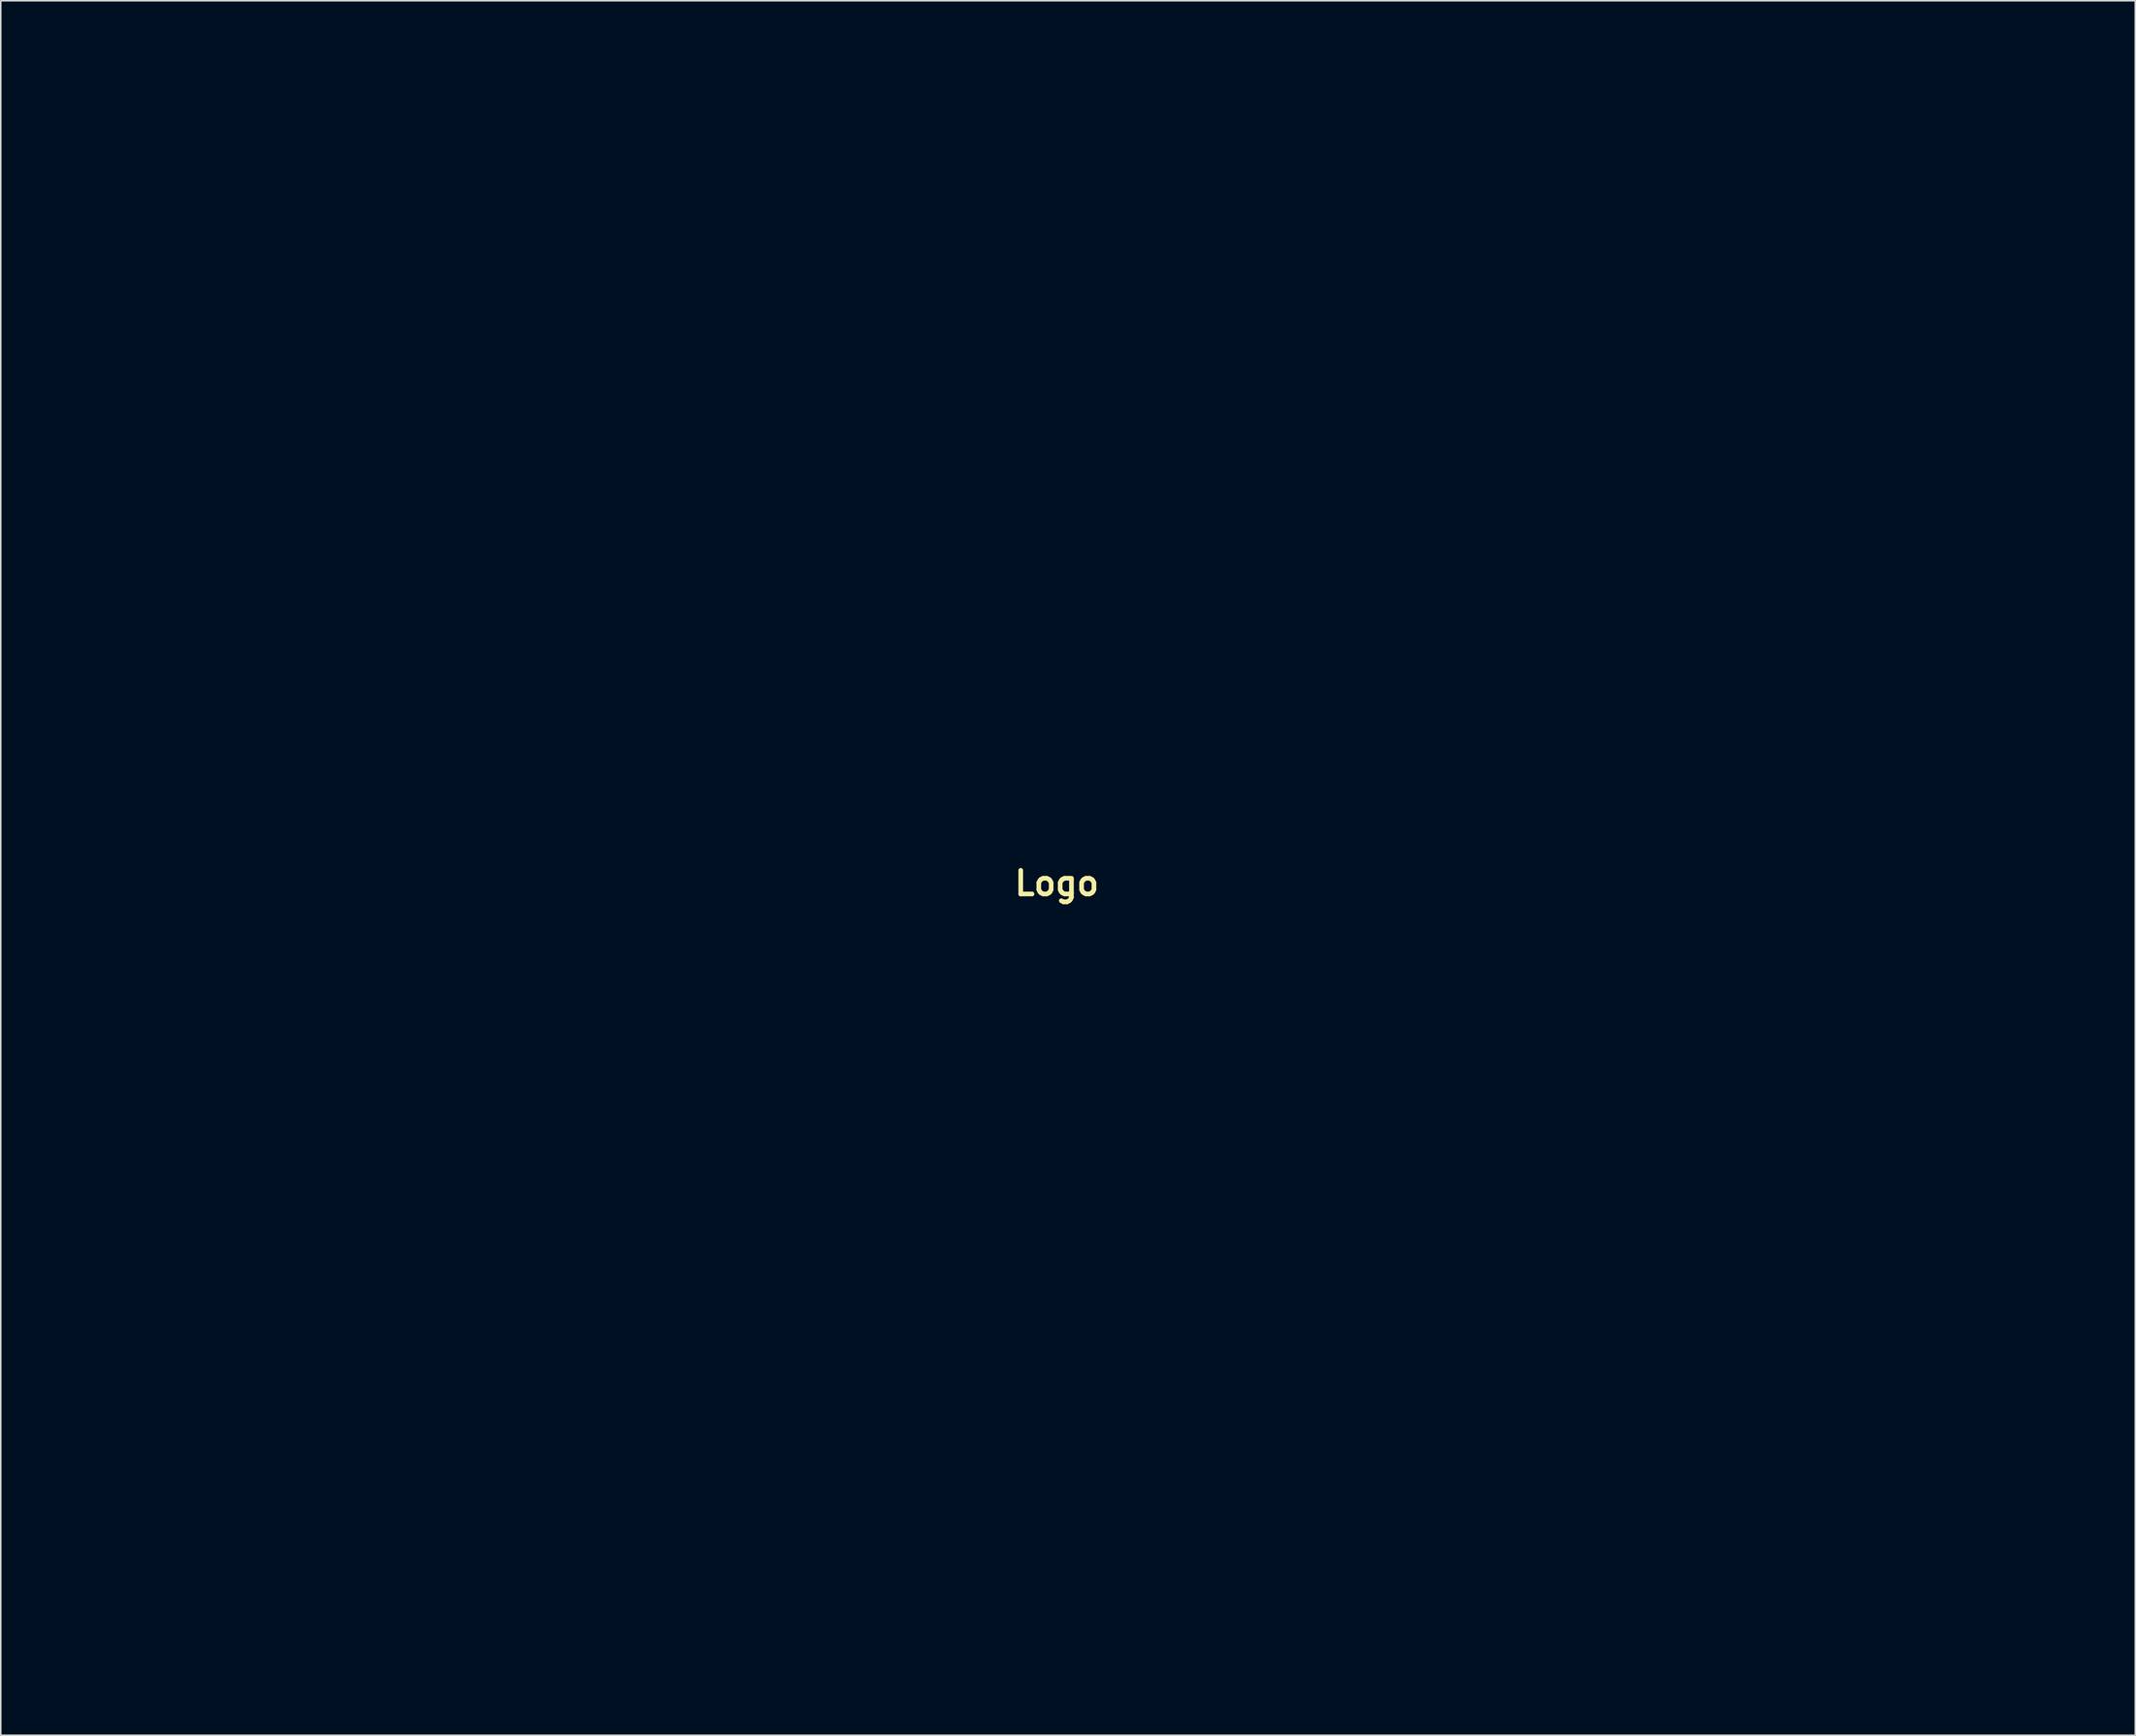
<source format=kicad_pcb>
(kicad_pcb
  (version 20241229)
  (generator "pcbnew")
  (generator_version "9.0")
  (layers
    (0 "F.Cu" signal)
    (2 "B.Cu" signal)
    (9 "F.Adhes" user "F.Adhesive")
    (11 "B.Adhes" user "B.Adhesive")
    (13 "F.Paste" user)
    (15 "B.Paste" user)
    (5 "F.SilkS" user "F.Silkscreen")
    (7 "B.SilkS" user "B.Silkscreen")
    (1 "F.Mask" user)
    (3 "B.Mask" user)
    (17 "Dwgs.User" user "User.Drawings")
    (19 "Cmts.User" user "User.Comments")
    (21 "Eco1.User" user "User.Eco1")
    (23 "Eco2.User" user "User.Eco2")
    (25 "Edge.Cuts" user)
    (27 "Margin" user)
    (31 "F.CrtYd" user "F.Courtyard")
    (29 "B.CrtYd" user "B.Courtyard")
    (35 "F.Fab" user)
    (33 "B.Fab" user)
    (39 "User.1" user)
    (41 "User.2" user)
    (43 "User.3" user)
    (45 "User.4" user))
  (footprint "Logo"
    (layer "F.Cu")
    (at 65.049 53.88)
    (property "Reference" "Logo" (at 0 0 0) (layer "F.SilkS") (effects (font (size 1.524 1.524) (thickness 0.3))))
    (attr board_only exclude_from_pos_files exclude_from_bom)
    (fp_poly (pts (xy 33.248 -42.796) (xy 39.527 -39.155) (xy 39.594 -24.215) (xy 39.661 -9.275) (xy 27.143 -2.074) (xy 24.692 -0.665) (xy 22.384 0.657) (xy 20.268 1.867) (xy 18.393 2.935) (xy 16.807 3.835) (xy 15.558 4.538) (xy 14.695 5.018) (xy 14.266 5.247) (xy 14.233 5.262) (xy 13.917 5.149) (xy 13.156 4.773) (xy 11.999 4.162) (xy 10.492 3.342) (xy 8.684 2.339) (xy 6.622 1.18) (xy 4.355 -0.11) (xy 1.93 -1.503) (xy 1.142 -1.959) (xy -11.558 -9.314) (xy -11.632 -24.169) (xy -11.706 -39.023) (xy -5.455 -42.628) (xy -3.745 -43.611) (xy -2.2 -44.491) (xy -0.888 -45.231) (xy 0.123 -45.793) (xy 0.765 -46.139) (xy 0.969 -46.234) (xy 1.002 -45.957) (xy 1.034 -45.163) (xy 1.062 -43.905) (xy 1.087 -42.236) (xy 1.108 -40.209) (xy 1.125 -37.878) (xy 1.136 -35.296) (xy 1.141 -32.516) (xy 1.142 -31.564) (xy 1.142 -16.894) (xy 7.465 -13.251) (xy 9.194 -12.263) (xy 10.766 -11.377) (xy 12.114 -10.633) (xy 13.166 -10.067) (xy 13.854 -9.718) (xy 14.101 -9.621) (xy 14.424 -9.762) (xy 15.169 -10.154) (xy 16.265 -10.757) (xy 17.642 -11.531) (xy 19.229 -12.438) (xy 20.548 -13.201) (xy 26.684 -16.769) (xy 26.827 -31.603) (xy 26.97 -46.437)) (stroke (width 0) (type solid)) (fill yes) (layer "F.Mask"))
    (fp_poly (pts (xy -26.766 -46.6) (xy -24.309 -45.184) (xy -22.002 -43.851) (xy -19.893 -42.63) (xy -18.028 -41.548) (xy -16.455 -40.633) (xy -15.221 -39.911) (xy -14.373 -39.411) (xy -13.959 -39.16) (xy -13.927 -39.138) (xy -14.118 -38.964) (xy -14.725 -38.554) (xy -15.671 -37.955) (xy -16.876 -37.213) (xy -18.262 -36.375) (xy -19.75 -35.487) (xy -21.261 -34.597) (xy -22.716 -33.751) (xy -24.036 -32.996) (xy -25.143 -32.378) (xy -25.958 -31.945) (xy -26.403 -31.742) (xy -26.418 -31.737) (xy -26.745 -31.851) (xy -27.494 -32.217) (xy -28.594 -32.797) (xy -29.977 -33.552) (xy -31.571 -34.446) (xy -32.967 -35.245) (xy -34.682 -36.224) (xy -36.243 -37.095) (xy -37.58 -37.82) (xy -38.623 -38.362) (xy -39.3 -38.682) (xy -39.533 -38.754) (xy -39.866 -38.594) (xy -40.621 -38.187) (xy -41.728 -37.572) (xy -43.116 -36.791) (xy -44.714 -35.882) (xy -46.056 -35.111) (xy -52.236 -31.552) (xy -52.16 -24.175) (xy -52.084 -16.799) (xy -45.74 -13.122) (xy -39.396 -9.445) (xy -26.56 -16.869) (xy -20.272 -13.231) (xy -18.565 -12.236) (xy -17.035 -11.33) (xy -15.746 -10.552) (xy -14.765 -9.942) (xy -14.158 -9.542) (xy -13.984 -9.395) (xy -14.222 -9.228) (xy -14.899 -8.809) (xy -15.957 -8.171) (xy -17.341 -7.347) (xy -18.995 -6.37) (xy -20.862 -5.272) (xy -22.885 -4.086) (xy -25.009 -2.845) (xy -27.177 -1.582) (xy -29.332 -0.329) (xy -31.419 0.88) (xy -33.381 2.012) (xy -35.162 3.036) (xy -36.705 3.918) (xy -37.954 4.625) (xy -38.852 5.125) (xy -39.344 5.385) (xy -39.419 5.414) (xy -39.68 5.275) (xy -40.389 4.877) (xy -41.499 4.247) (xy -42.964 3.412) (xy -44.737 2.399) (xy -46.771 1.233) (xy -49.021 -0.057) (xy -51.439 -1.446) (xy -52.288 -1.935) (xy -65.049 -9.275) (xy -64.927 -39.134) (xy -52.166 -46.507) (xy -39.404 -53.88)) (stroke (width 0) (type solid)) (fill yes) (layer "F.Mask"))
    (fp_poly (pts (xy 0.455 0.35) (xy 1.175 0.728) (xy 2.22 1.3) (xy 3.506 2.018) (xy 4.949 2.835) (xy 6.467 3.703) (xy 7.974 4.574) (xy 9.389 5.401) (xy 10.626 6.135) (xy 11.603 6.729) (xy 12.06 7.018) (xy 13.133 7.717) (xy 12.985 37.225) (xy 0.285 44.571) (xy -2.177 45.992) (xy -4.493 47.322) (xy -6.616 48.535) (xy -8.497 49.603) (xy -10.089 50.5) (xy -11.344 51.199) (xy -12.217 51.673) (xy -12.658 51.896) (xy -12.7 51.91) (xy -12.995 51.769) (xy -13.737 51.369) (xy -14.876 50.735) (xy -16.367 49.895) (xy -18.162 48.874) (xy -20.212 47.702) (xy -22.472 46.403) (xy -24.893 45.005) (xy -25.685 44.547) (xy -38.385 37.189) (xy -38.421 29.755) (xy -25.403 29.755) (xy -12.722 37.082) (xy -11.427 36.359) (xy -10.777 35.993) (xy -9.733 35.399) (xy -8.396 34.635) (xy -6.865 33.759) (xy -5.24 32.827) (xy -5.071 32.73) (xy -0.01 29.824) (xy 0 15.06) (xy -0.642 15.467) (xy -1.012 15.687) (xy -1.827 16.163) (xy -3.034 16.864) (xy -4.584 17.761) (xy -6.425 18.826) (xy -8.506 20.027) (xy -10.777 21.336) (xy -13.187 22.724) (xy -13.343 22.814) (xy -25.403 29.755) (xy -38.421 29.755) (xy -38.457 22.467) (xy -38.528 7.744) (xy -37.743 7.205) (xy -37.23 6.881) (xy -36.335 6.344) (xy -35.149 5.646) (xy -33.76 4.838) (xy -32.259 3.972) (xy -30.733 3.098) (xy -29.274 2.268) (xy -27.969 1.533) (xy -26.909 0.944) (xy -26.182 0.552) (xy -25.904 0.417) (xy -25.753 0.393) (xy -25.634 0.493) (xy -25.544 0.78) (xy -25.476 1.316) (xy -25.427 2.165) (xy -25.391 3.389) (xy -25.362 5.05) (xy -25.337 7.213) (xy -25.334 7.495) (xy -25.257 14.763) (xy -12.7 7.489) (xy -10.252 6.074) (xy -7.95 4.75) (xy -5.843 3.544) (xy -3.978 2.482) (xy -2.402 1.592) (xy -1.164 0.901) (xy -0.311 0.436) (xy 0.11 0.224) (xy 0.143 0.214)) (stroke (width 0) (type solid)) (fill yes) (layer "F.Mask"))
    (fp_poly (pts (xy 41.071 -6.996) (xy 41.819 -6.597) (xy 42.967 -5.965) (xy 44.464 -5.127) (xy 46.265 -4.11) (xy 48.322 -2.94) (xy 50.586 -1.644) (xy 53.01 -0.249) (xy 53.794 0.203) (xy 66.497 7.541) (xy 66.487 22.403) (xy 53.804 29.681) (xy 51.349 31.093) (xy 49.05 32.422) (xy 46.953 33.64) (xy 45.105 34.719) (xy 43.553 35.633) (xy 42.343 36.355) (xy 41.521 36.857) (xy 41.134 37.111) (xy 41.109 37.135) (xy 41.343 37.32) (xy 42.006 37.746) (xy 43.032 38.374) (xy 44.355 39.163) (xy 45.907 40.072) (xy 47.233 40.838) (xy 48.919 41.814) (xy 50.428 42.703) (xy 51.693 43.463) (xy 52.647 44.054) (xy 53.224 44.436) (xy 53.369 44.562) (xy 53.133 44.754) (xy 52.48 45.178) (xy 51.491 45.786) (xy 50.246 46.532) (xy 48.827 47.369) (xy 47.315 48.249) (xy 45.791 49.126) (xy 44.336 49.952) (xy 43.031 50.682) (xy 41.957 51.268) (xy 41.195 51.663) (xy 40.829 51.82) (xy 40.502 51.696) (xy 39.731 51.31) (xy 38.564 50.689) (xy 37.05 49.86) (xy 35.235 48.848) (xy 33.17 47.682) (xy 30.901 46.387) (xy 28.478 44.99) (xy 27.757 44.573) (xy 15.131 37.244) (xy 15.13 29.747) (xy 27.969 29.747) (xy 28.611 29.338) (xy 28.982 29.117) (xy 29.797 28.641) (xy 31.005 27.94) (xy 32.553 27.044) (xy 34.39 25.984) (xy 36.466 24.787) (xy 38.727 23.485) (xy 41.097 22.122) (xy 43.475 20.754) (xy 45.704 19.469) (xy 47.734 18.296) (xy 49.515 17.264) (xy 50.999 16.401) (xy 52.137 15.736) (xy 52.878 15.298) (xy 53.175 15.114) (xy 53.176 15.113) (xy 53.004 14.927) (xy 52.412 14.511) (xy 51.48 13.91) (xy 50.286 13.171) (xy 48.91 12.341) (xy 47.432 11.465) (xy 45.929 10.592) (xy 44.482 9.765) (xy 43.17 9.034) (xy 42.071 8.443) (xy 41.266 8.039) (xy 40.833 7.868) (xy 40.811 7.866) (xy 40.455 7.998) (xy 39.677 8.38) (xy 38.551 8.974) (xy 37.148 9.739) (xy 35.539 10.639) (xy 34.177 11.416) (xy 27.971 14.983) (xy 27.97 22.365) (xy 27.969 29.747) (xy 15.13 29.747) (xy 15.128 22.363) (xy 15.126 7.483) (xy 27.785 0.174) (xy 30.246 -1.243) (xy 32.561 -2.569) (xy 34.683 -3.778) (xy 36.564 -4.843) (xy 38.157 -5.737) (xy 39.413 -6.433) (xy 40.286 -6.903) (xy 40.727 -7.122) (xy 40.768 -7.135)) (stroke (width 0) (type solid)) (fill yes) (layer "F.Mask")))
  (gr_rect
    (start -3 -3)
    (end 134.545 108.79)
    (stroke (width 0.1) (type default))
    (fill no)
    (layer "Edge.Cuts")))
</source>
